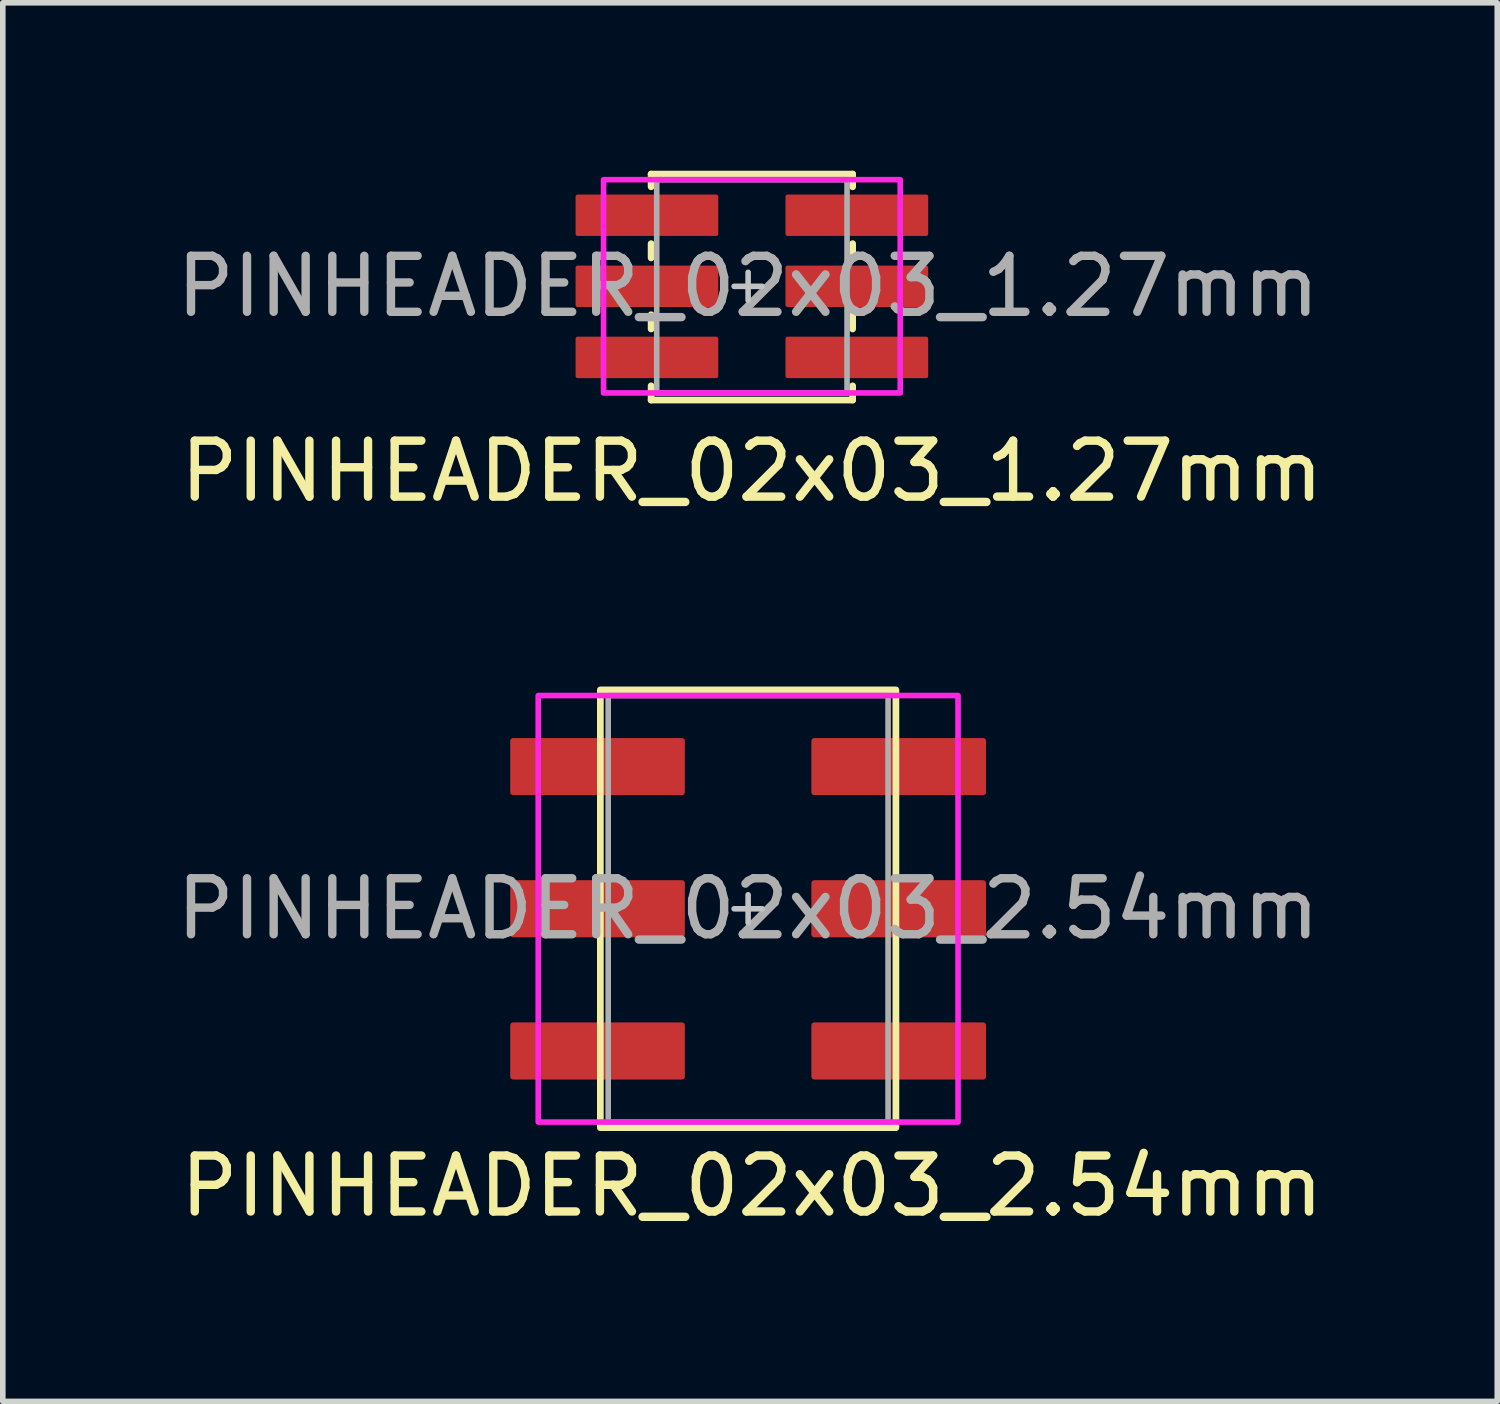
<source format=kicad_pcb>
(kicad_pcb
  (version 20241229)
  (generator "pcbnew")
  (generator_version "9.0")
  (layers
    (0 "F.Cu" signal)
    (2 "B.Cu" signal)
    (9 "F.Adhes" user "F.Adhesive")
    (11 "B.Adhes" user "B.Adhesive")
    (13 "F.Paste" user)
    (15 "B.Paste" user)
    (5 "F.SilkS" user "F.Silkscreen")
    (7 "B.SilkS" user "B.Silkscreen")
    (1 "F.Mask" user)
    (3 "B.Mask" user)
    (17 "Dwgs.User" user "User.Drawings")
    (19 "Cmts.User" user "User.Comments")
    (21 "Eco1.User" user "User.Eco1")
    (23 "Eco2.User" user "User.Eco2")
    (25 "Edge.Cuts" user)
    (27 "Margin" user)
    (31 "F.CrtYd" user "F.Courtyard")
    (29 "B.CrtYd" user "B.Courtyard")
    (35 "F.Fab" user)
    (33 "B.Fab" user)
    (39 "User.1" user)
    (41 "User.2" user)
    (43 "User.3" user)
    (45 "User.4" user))
  (footprint "PINHEADER_02x03_1.27mm"
    (layer "F.Cu")
    (at 10.382 2.065)
    (property "Reference" "PINHEADER_02x03_1.27mm" (at 0 3.302 0) (unlocked yes) (layer "F.SilkS") (effects (font (size 1 1) (thickness 0.15))))
    (attr smd)
    (fp_line (start -1.8 -2.005) (end -1.8 -1.778) (stroke (width 0.12) (type solid)) (layer "F.SilkS"))
    (fp_line (start -1.8 -2.005) (end 1.8 -2.005) (stroke (width 0.12) (type solid)) (layer "F.SilkS"))
    (fp_line (start -1.8 -0.762) (end -1.8 -0.508) (stroke (width 0.12) (type solid)) (layer "F.SilkS"))
    (fp_line (start -1.8 0.508) (end -1.8 0.762) (stroke (width 0.12) (type solid)) (layer "F.SilkS"))
    (fp_line (start -1.8 2.032) (end -1.8 1.778) (stroke (width 0.12) (type solid)) (layer "F.SilkS"))
    (fp_line (start -1.8 2.032) (end 1.8 2.032) (stroke (width 0.12) (type solid)) (layer "F.SilkS"))
    (fp_line (start 1.8 -2.005) (end 1.8 -1.778) (stroke (width 0.12) (type solid)) (layer "F.SilkS"))
    (fp_line (start 1.8 -0.762) (end 1.8 -0.508) (stroke (width 0.12) (type solid)) (layer "F.SilkS"))
    (fp_line (start 1.8 0.508) (end 1.8 0.762) (stroke (width 0.12) (type solid)) (layer "F.SilkS"))
    (fp_line (start 1.8 2.032) (end 1.8 1.778) (stroke (width 0.12) (type solid)) (layer "F.SilkS"))
    (fp_line (start -0.067 -0.25) (end -0.067 0.25) (stroke (width 0.1) (type solid)) (layer "Dwgs.User"))
    (fp_line (start 0.183 0) (end -0.317 0) (stroke (width 0.1) (type solid)) (layer "Dwgs.User"))
    (fp_rect (start 2.65 -1.905) (end -2.65 1.905) (stroke (width 0.1) (type solid)) (fill no) (layer "F.CrtYd"))
    (fp_rect (start 1.7 -1.905) (end -1.7 1.905) (stroke (width 0.1) (type solid)) (fill no) (layer "F.Fab"))
    (fp_text user "${REFERENCE}" (at -0.067 0 0) (unlocked yes) (layer "F.Fab") (effects (font (size 1 1) (thickness 0.15))))
    (pad "1" smd roundrect (at -1.875 -1.27 90) (size 0.74 2.55) (layers "F.Cu" "F.Mask" "F.Paste") (roundrect_rratio 0.05))
    (pad "2" smd roundrect (at 1.875 -1.27 90) (size 0.74 2.55) (layers "F.Cu" "F.Mask" "F.Paste") (roundrect_rratio 0.05))
    (pad "3" smd roundrect (at -1.875 0 90) (size 0.74 2.55) (layers "F.Cu" "F.Mask" "F.Paste") (roundrect_rratio 0.05))
    (pad "4" smd roundrect (at 1.875 0 90) (size 0.74 2.55) (layers "F.Cu" "F.Mask" "F.Paste") (roundrect_rratio 0.05))
    (pad "5" smd roundrect (at -1.875 1.27 90) (size 0.74 2.55) (layers "F.Cu" "F.Mask" "F.Paste") (roundrect_rratio 0.05))
    (pad "6" smd roundrect (at 1.875 1.27 90) (size 0.74 2.55) (layers "F.Cu" "F.Mask" "F.Paste") (roundrect_rratio 0.05)))
  (footprint "PINHEADER_02x03_2.54mm"
    (layer "F.Cu")
    (at 10.382 13.185)
    (property "Reference" "PINHEADER_02x03_2.54mm" (at 0 4.953 0) (unlocked yes) (layer "F.SilkS") (effects (font (size 1 1) (thickness 0.15))))
    (attr smd)
    (fp_rect (start 2.573 -3.91) (end -2.707 3.91) (stroke (width 0.12) (type solid)) (fill no) (layer "F.SilkS"))
    (fp_line (start -0.067 -0.25) (end -0.067 0.25) (stroke (width 0.1) (type solid)) (layer "Dwgs.User"))
    (fp_line (start 0.183 0) (end -0.317 0) (stroke (width 0.1) (type solid)) (layer "Dwgs.User"))
    (fp_rect (start 3.683 -3.81) (end -3.817 3.81) (stroke (width 0.1) (type solid)) (fill no) (layer "F.CrtYd"))
    (fp_rect (start 2.433 -3.81) (end -2.567 3.81) (stroke (width 0.1) (type solid)) (fill no) (layer "F.Fab"))
    (fp_text user "${REFERENCE}" (at -0.067 0 0) (unlocked yes) (layer "F.Fab") (effects (font (size 1 1) (thickness 0.15))))
    (pad "1" smd roundrect (at -2.757 -2.54 90) (size 1.02 3.12) (layers "F.Cu" "F.Mask" "F.Paste") (roundrect_rratio 0.05))
    (pad "2" smd roundrect (at 2.623 -2.54 90) (size 1.02 3.12) (layers "F.Cu" "F.Mask" "F.Paste") (roundrect_rratio 0.05))
    (pad "3" smd roundrect (at -2.757 0 90) (size 1.02 3.12) (layers "F.Cu" "F.Mask" "F.Paste") (roundrect_rratio 0.05))
    (pad "4" smd roundrect (at 2.623 0 90) (size 1.02 3.12) (layers "F.Cu" "F.Mask" "F.Paste") (roundrect_rratio 0.05))
    (pad "5" smd roundrect (at -2.757 2.54 90) (size 1.02 3.12) (layers "F.Cu" "F.Mask" "F.Paste") (roundrect_rratio 0.05))
    (pad "6" smd roundrect (at 2.623 2.54 90) (size 1.02 3.12) (layers "F.Cu" "F.Mask" "F.Paste") (roundrect_rratio 0.05)))
  (gr_rect
    (start -3 -3)
    (end 23.698 21.986)
    (stroke (width 0.1) (type default))
    (fill no)
    (layer "Edge.Cuts")))
</source>
